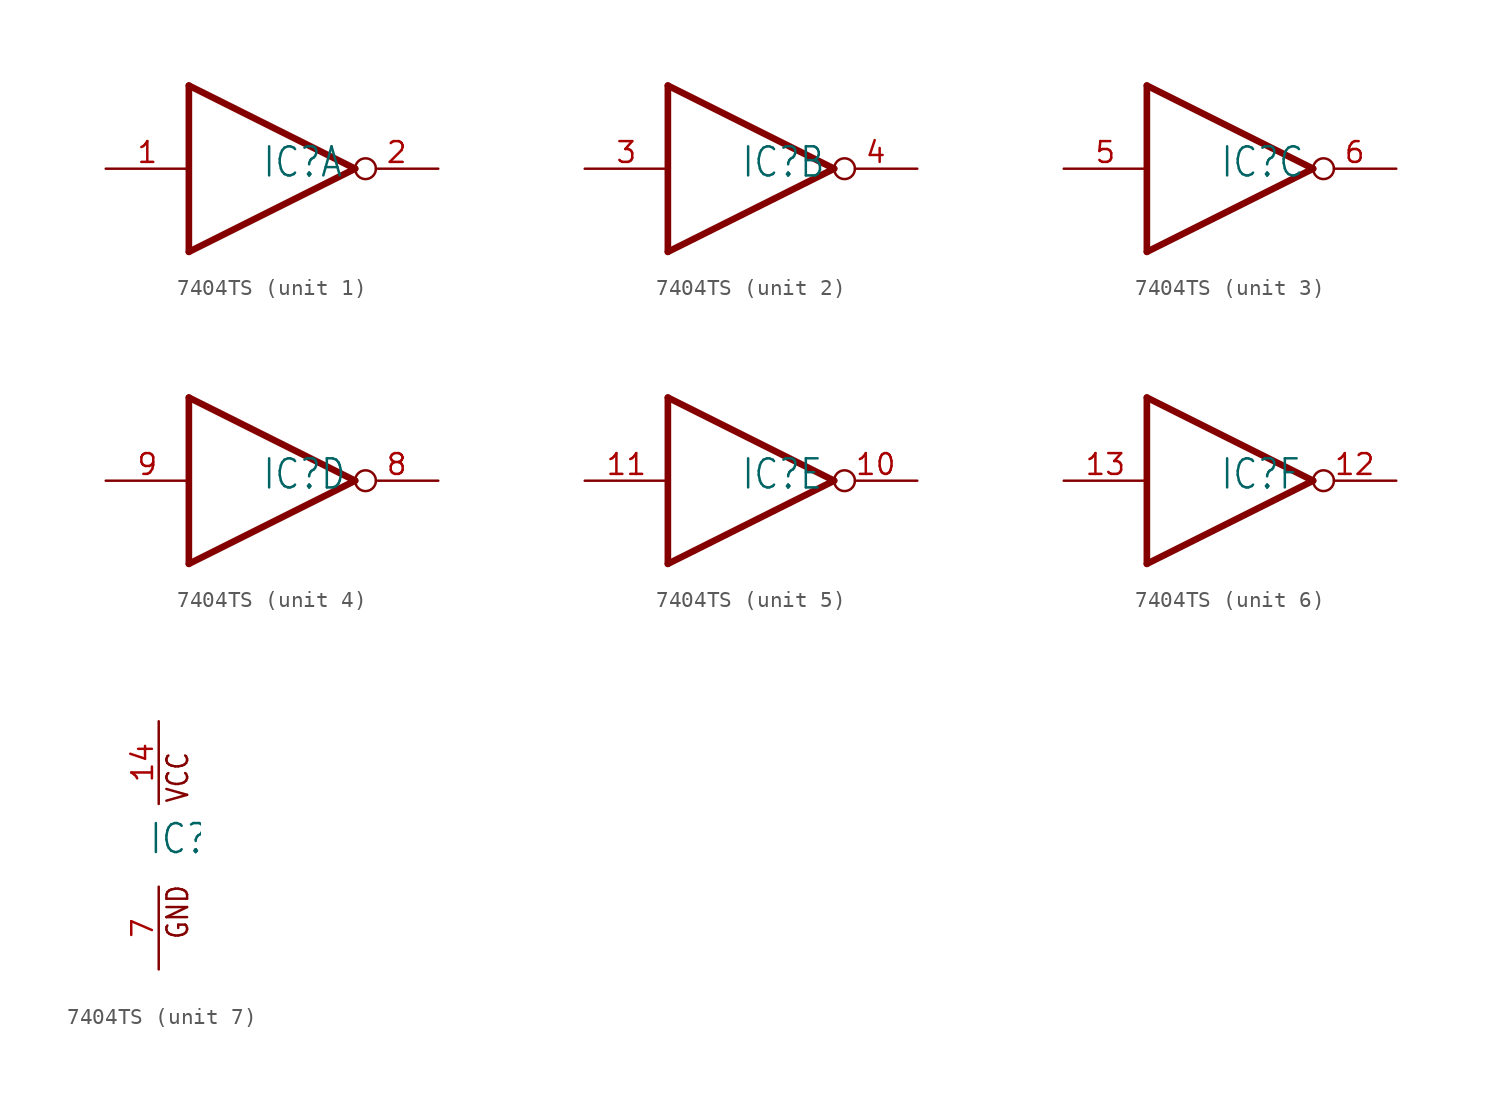
<source format=kicad_sym>
(kicad_symbol_lib
  (version 20231120)
  (generator "kicad_symbol_editor")
  (generator_version "8.0")
  (symbol "7404TS"
    (property "Reference" "IC"
      (at -0.635 -0.635 0)
      (effects (font (size 1.778 1.511)) (justify left bottom)))
    (property "ki_locked" ""
      (at 0 0 0)
      (effects (font (size 1.27 1.27))))
    (symbol "7404TS_1_0"
      (polyline (pts (xy -5.08 -5.08) (xy -5.08 5.08)) (stroke (width 0.406) (type solid)) (fill (type none)))
      (polyline (pts (xy -5.08 5.08) (xy 5.08 0)) (stroke (width 0.406) (type solid)) (fill (type none)))
      (polyline (pts (xy 5.08 0) (xy -5.08 -5.08)) (stroke (width 0.406) (type solid)) (fill (type none)))
      (pin input line (at -10.16 0 0) (length 5.08) (name "I" (effects (font (size 0 0)))) (number "1" (effects (font (size 1.27 1.27)))))
      (pin output inverted (at 10.16 0 180) (length 5.08) (name "O" (effects (font (size 0 0)))) (number "2" (effects (font (size 1.27 1.27))))))
    (symbol "7404TS_2_0"
      (polyline (pts (xy -5.08 -5.08) (xy -5.08 5.08)) (stroke (width 0.406) (type solid)) (fill (type none)))
      (polyline (pts (xy -5.08 5.08) (xy 5.08 0)) (stroke (width 0.406) (type solid)) (fill (type none)))
      (polyline (pts (xy 5.08 0) (xy -5.08 -5.08)) (stroke (width 0.406) (type solid)) (fill (type none)))
      (pin input line (at -10.16 0 0) (length 5.08) (name "I" (effects (font (size 0 0)))) (number "3" (effects (font (size 1.27 1.27)))))
      (pin output inverted (at 10.16 0 180) (length 5.08) (name "O" (effects (font (size 0 0)))) (number "4" (effects (font (size 1.27 1.27))))))
    (symbol "7404TS_3_0"
      (polyline (pts (xy -5.08 -5.08) (xy -5.08 5.08)) (stroke (width 0.406) (type solid)) (fill (type none)))
      (polyline (pts (xy -5.08 5.08) (xy 5.08 0)) (stroke (width 0.406) (type solid)) (fill (type none)))
      (polyline (pts (xy 5.08 0) (xy -5.08 -5.08)) (stroke (width 0.406) (type solid)) (fill (type none)))
      (pin input line (at -10.16 0 0) (length 5.08) (name "I" (effects (font (size 0 0)))) (number "5" (effects (font (size 1.27 1.27)))))
      (pin output inverted (at 10.16 0 180) (length 5.08) (name "O" (effects (font (size 0 0)))) (number "6" (effects (font (size 1.27 1.27))))))
    (symbol "7404TS_4_0"
      (polyline (pts (xy -5.08 -5.08) (xy -5.08 5.08)) (stroke (width 0.406) (type solid)) (fill (type none)))
      (polyline (pts (xy -5.08 5.08) (xy 5.08 0)) (stroke (width 0.406) (type solid)) (fill (type none)))
      (polyline (pts (xy 5.08 0) (xy -5.08 -5.08)) (stroke (width 0.406) (type solid)) (fill (type none)))
      (pin output inverted (at 10.16 0 180) (length 5.08) (name "O" (effects (font (size 0 0)))) (number "8" (effects (font (size 1.27 1.27)))))
      (pin input line (at -10.16 0 0) (length 5.08) (name "I" (effects (font (size 0 0)))) (number "9" (effects (font (size 1.27 1.27))))))
    (symbol "7404TS_5_0"
      (polyline (pts (xy -5.08 -5.08) (xy -5.08 5.08)) (stroke (width 0.406) (type solid)) (fill (type none)))
      (polyline (pts (xy -5.08 5.08) (xy 5.08 0)) (stroke (width 0.406) (type solid)) (fill (type none)))
      (polyline (pts (xy 5.08 0) (xy -5.08 -5.08)) (stroke (width 0.406) (type solid)) (fill (type none)))
      (pin output inverted (at 10.16 0 180) (length 5.08) (name "O" (effects (font (size 0 0)))) (number "10" (effects (font (size 1.27 1.27)))))
      (pin input line (at -10.16 0 0) (length 5.08) (name "I" (effects (font (size 0 0)))) (number "11" (effects (font (size 1.27 1.27))))))
    (symbol "7404TS_6_0"
      (polyline (pts (xy -5.08 -5.08) (xy -5.08 5.08)) (stroke (width 0.406) (type solid)) (fill (type none)))
      (polyline (pts (xy -5.08 5.08) (xy 5.08 0)) (stroke (width 0.406) (type solid)) (fill (type none)))
      (polyline (pts (xy 5.08 0) (xy -5.08 -5.08)) (stroke (width 0.406) (type solid)) (fill (type none)))
      (pin output inverted (at 10.16 0 180) (length 5.08) (name "O" (effects (font (size 0 0)))) (number "12" (effects (font (size 1.27 1.27)))))
      (pin input line (at -10.16 0 0) (length 5.08) (name "I" (effects (font (size 0 0)))) (number "13" (effects (font (size 1.27 1.27))))))
    (symbol "7404TS_7_0"
      (text "GND" (at 1.905 -5.842 900) (effects (font (size 1.27 1.079)) (justify left bottom)))
      (text "VCC" (at 1.905 2.54 900) (effects (font (size 1.27 1.079)) (justify left bottom)))
      (pin power_in line (at 0 7.62 270) (length 5.08) (name "VCC" (effects (font (size 0 0)))) (number "14" (effects (font (size 1.27 1.27)))))
      (pin power_in line (at 0 -7.62 90) (length 5.08) (name "GND" (effects (font (size 0 0)))) (number "7" (effects (font (size 1.27 1.27))))))))
</source>
